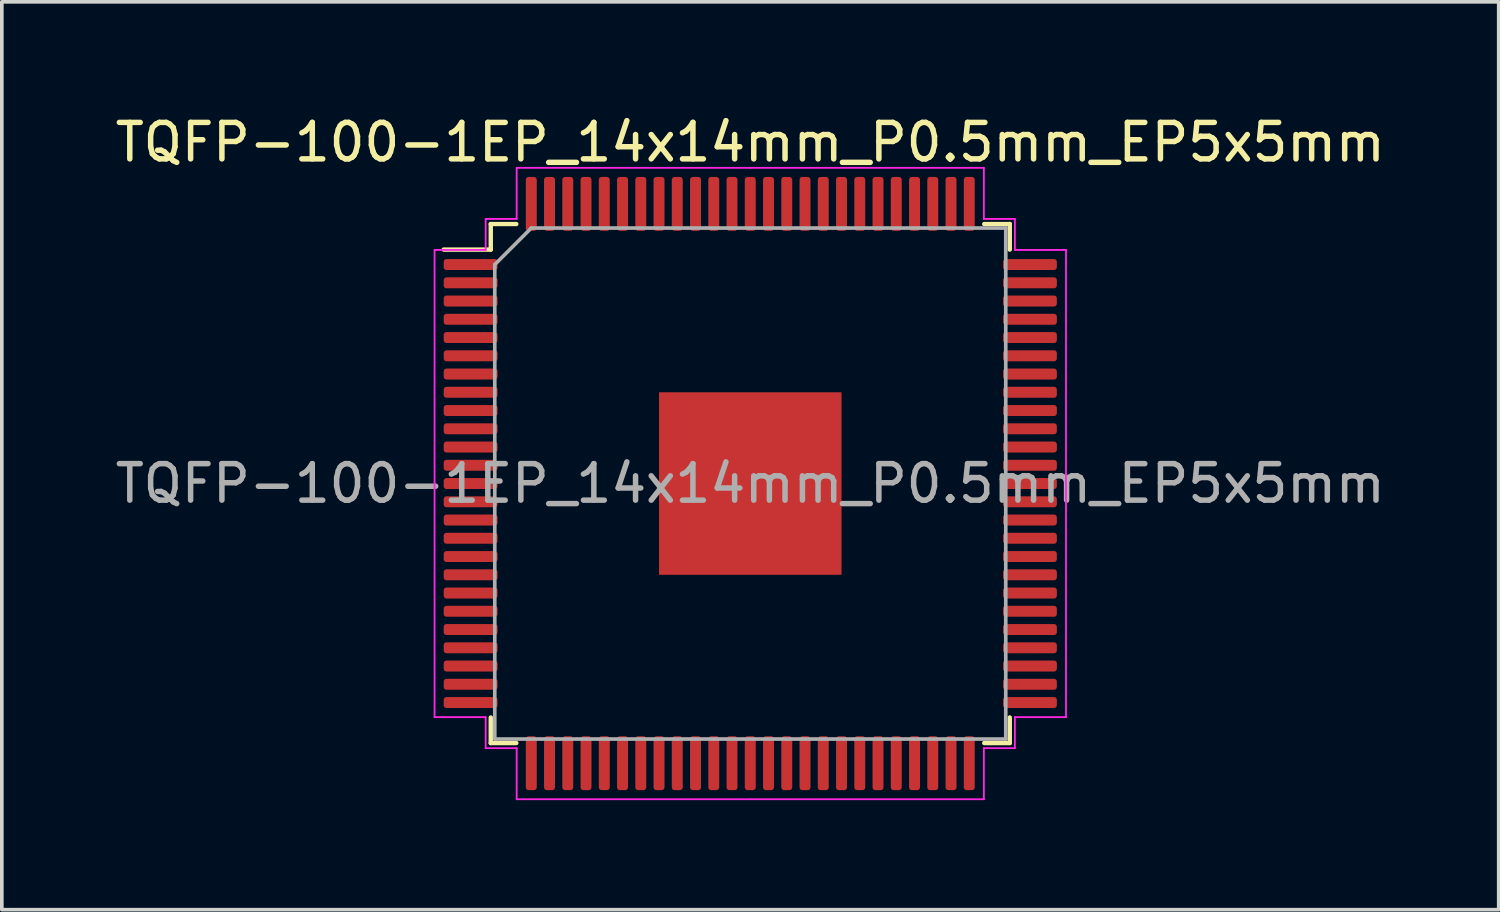
<source format=kicad_pcb>
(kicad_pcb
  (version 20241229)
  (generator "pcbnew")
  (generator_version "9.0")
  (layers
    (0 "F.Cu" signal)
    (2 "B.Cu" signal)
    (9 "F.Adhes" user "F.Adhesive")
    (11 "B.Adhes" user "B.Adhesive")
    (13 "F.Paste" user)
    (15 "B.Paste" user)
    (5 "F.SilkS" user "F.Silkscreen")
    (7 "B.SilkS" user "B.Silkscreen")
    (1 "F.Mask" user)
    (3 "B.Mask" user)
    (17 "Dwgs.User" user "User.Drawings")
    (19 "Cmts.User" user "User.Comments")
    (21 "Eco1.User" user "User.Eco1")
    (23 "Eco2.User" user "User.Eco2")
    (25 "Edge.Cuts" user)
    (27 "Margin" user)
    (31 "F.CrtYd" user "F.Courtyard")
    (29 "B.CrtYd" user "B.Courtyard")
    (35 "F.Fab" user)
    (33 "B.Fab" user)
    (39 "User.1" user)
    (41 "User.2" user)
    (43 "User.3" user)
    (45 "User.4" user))
  (footprint "TQFP-100-1EP_14x14mm_P0.5mm_EP5x5mm"
    (layer "F.Cu")
    (at 17.506 10.198)
    (property "Reference" "TQFP-100-1EP_14x14mm_P0.5mm_EP5x5mm" (at 0 -9.35 0) (layer "F.SilkS") (effects (font (size 1 1) (thickness 0.15))))
    (attr smd)
    (fp_line (start -7.11 -7.11) (end -7.11 -6.41) (stroke (width 0.12) (type solid)) (layer "F.SilkS"))
    (fp_line (start -7.11 -6.41) (end -8.4 -6.41) (stroke (width 0.12) (type solid)) (layer "F.SilkS"))
    (fp_line (start -7.11 7.11) (end -7.11 6.41) (stroke (width 0.12) (type solid)) (layer "F.SilkS"))
    (fp_line (start -6.41 -7.11) (end -7.11 -7.11) (stroke (width 0.12) (type solid)) (layer "F.SilkS"))
    (fp_line (start -6.41 7.11) (end -7.11 7.11) (stroke (width 0.12) (type solid)) (layer "F.SilkS"))
    (fp_line (start 6.41 -7.11) (end 7.11 -7.11) (stroke (width 0.12) (type solid)) (layer "F.SilkS"))
    (fp_line (start 6.41 7.11) (end 7.11 7.11) (stroke (width 0.12) (type solid)) (layer "F.SilkS"))
    (fp_line (start 7.11 -7.11) (end 7.11 -6.41) (stroke (width 0.12) (type solid)) (layer "F.SilkS"))
    (fp_line (start 7.11 7.11) (end 7.11 6.41) (stroke (width 0.12) (type solid)) (layer "F.SilkS"))
    (fp_line (start -8.65 -6.4) (end -8.65 0) (stroke (width 0.05) (type solid)) (layer "F.CrtYd"))
    (fp_line (start -8.65 6.4) (end -8.65 0) (stroke (width 0.05) (type solid)) (layer "F.CrtYd"))
    (fp_line (start -7.25 -7.25) (end -7.25 -6.4) (stroke (width 0.05) (type solid)) (layer "F.CrtYd"))
    (fp_line (start -7.25 -6.4) (end -8.65 -6.4) (stroke (width 0.05) (type solid)) (layer "F.CrtYd"))
    (fp_line (start -7.25 6.4) (end -8.65 6.4) (stroke (width 0.05) (type solid)) (layer "F.CrtYd"))
    (fp_line (start -7.25 7.25) (end -7.25 6.4) (stroke (width 0.05) (type solid)) (layer "F.CrtYd"))
    (fp_line (start -6.4 -8.65) (end -6.4 -7.25) (stroke (width 0.05) (type solid)) (layer "F.CrtYd"))
    (fp_line (start -6.4 -7.25) (end -7.25 -7.25) (stroke (width 0.05) (type solid)) (layer "F.CrtYd"))
    (fp_line (start -6.4 7.25) (end -7.25 7.25) (stroke (width 0.05) (type solid)) (layer "F.CrtYd"))
    (fp_line (start -6.4 8.65) (end -6.4 7.25) (stroke (width 0.05) (type solid)) (layer "F.CrtYd"))
    (fp_line (start 0 -8.65) (end -6.4 -8.65) (stroke (width 0.05) (type solid)) (layer "F.CrtYd"))
    (fp_line (start 0 -8.65) (end 6.4 -8.65) (stroke (width 0.05) (type solid)) (layer "F.CrtYd"))
    (fp_line (start 0 8.65) (end -6.4 8.65) (stroke (width 0.05) (type solid)) (layer "F.CrtYd"))
    (fp_line (start 0 8.65) (end 6.4 8.65) (stroke (width 0.05) (type solid)) (layer "F.CrtYd"))
    (fp_line (start 6.4 -8.65) (end 6.4 -7.25) (stroke (width 0.05) (type solid)) (layer "F.CrtYd"))
    (fp_line (start 6.4 -7.25) (end 7.25 -7.25) (stroke (width 0.05) (type solid)) (layer "F.CrtYd"))
    (fp_line (start 6.4 7.25) (end 7.25 7.25) (stroke (width 0.05) (type solid)) (layer "F.CrtYd"))
    (fp_line (start 6.4 8.65) (end 6.4 7.25) (stroke (width 0.05) (type solid)) (layer "F.CrtYd"))
    (fp_line (start 7.25 -7.25) (end 7.25 -6.4) (stroke (width 0.05) (type solid)) (layer "F.CrtYd"))
    (fp_line (start 7.25 -6.4) (end 8.65 -6.4) (stroke (width 0.05) (type solid)) (layer "F.CrtYd"))
    (fp_line (start 7.25 6.4) (end 8.65 6.4) (stroke (width 0.05) (type solid)) (layer "F.CrtYd"))
    (fp_line (start 7.25 7.25) (end 7.25 6.4) (stroke (width 0.05) (type solid)) (layer "F.CrtYd"))
    (fp_line (start 8.65 -6.4) (end 8.65 0) (stroke (width 0.05) (type solid)) (layer "F.CrtYd"))
    (fp_line (start 8.65 6.4) (end 8.65 0) (stroke (width 0.05) (type solid)) (layer "F.CrtYd"))
    (fp_line (start -7 -6) (end -6 -7) (stroke (width 0.1) (type solid)) (layer "F.Fab"))
    (fp_line (start -7 7) (end -7 -6) (stroke (width 0.1) (type solid)) (layer "F.Fab"))
    (fp_line (start -6 -7) (end 7 -7) (stroke (width 0.1) (type solid)) (layer "F.Fab"))
    (fp_line (start 7 -7) (end 7 7) (stroke (width 0.1) (type solid)) (layer "F.Fab"))
    (fp_line (start 7 7) (end -7 7) (stroke (width 0.1) (type solid)) (layer "F.Fab"))
    (fp_text user "${REFERENCE}" (at 0 0 0) (layer "F.Fab") (effects (font (size 1 1) (thickness 0.15))))
    (pad "" smd roundrect (at -1.875 -1.875) (size 1.01 1.01) (layers "F.Paste") (roundrect_rratio 0.248))
    (pad "" smd roundrect (at -1.875 -0.625) (size 1.01 1.01) (layers "F.Paste") (roundrect_rratio 0.248))
    (pad "" smd roundrect (at -1.875 0.625) (size 1.01 1.01) (layers "F.Paste") (roundrect_rratio 0.248))
    (pad "" smd roundrect (at -1.875 1.875) (size 1.01 1.01) (layers "F.Paste") (roundrect_rratio 0.248))
    (pad "" smd roundrect (at -0.625 -1.875) (size 1.01 1.01) (layers "F.Paste") (roundrect_rratio 0.248))
    (pad "" smd roundrect (at -0.625 -0.625) (size 1.01 1.01) (layers "F.Paste") (roundrect_rratio 0.248))
    (pad "" smd roundrect (at -0.625 0.625) (size 1.01 1.01) (layers "F.Paste") (roundrect_rratio 0.248))
    (pad "" smd roundrect (at -0.625 1.875) (size 1.01 1.01) (layers "F.Paste") (roundrect_rratio 0.248))
    (pad "" smd roundrect (at 0.625 -1.875) (size 1.01 1.01) (layers "F.Paste") (roundrect_rratio 0.248))
    (pad "" smd roundrect (at 0.625 -0.625) (size 1.01 1.01) (layers "F.Paste") (roundrect_rratio 0.248))
    (pad "" smd roundrect (at 0.625 0.625) (size 1.01 1.01) (layers "F.Paste") (roundrect_rratio 0.248))
    (pad "" smd roundrect (at 0.625 1.875) (size 1.01 1.01) (layers "F.Paste") (roundrect_rratio 0.248))
    (pad "" smd roundrect (at 1.875 -1.875) (size 1.01 1.01) (layers "F.Paste") (roundrect_rratio 0.248))
    (pad "" smd roundrect (at 1.875 -0.625) (size 1.01 1.01) (layers "F.Paste") (roundrect_rratio 0.248))
    (pad "" smd roundrect (at 1.875 0.625) (size 1.01 1.01) (layers "F.Paste") (roundrect_rratio 0.248))
    (pad "" smd roundrect (at 1.875 1.875) (size 1.01 1.01) (layers "F.Paste") (roundrect_rratio 0.248))
    (pad "1" smd roundrect (at -7.662 -6) (size 1.475 0.3) (layers "F.Cu" "F.Mask" "F.Paste") (roundrect_rratio 0.25))
    (pad "2" smd roundrect (at -7.662 -5.5) (size 1.475 0.3) (layers "F.Cu" "F.Mask" "F.Paste") (roundrect_rratio 0.25))
    (pad "3" smd roundrect (at -7.662 -5) (size 1.475 0.3) (layers "F.Cu" "F.Mask" "F.Paste") (roundrect_rratio 0.25))
    (pad "4" smd roundrect (at -7.662 -4.5) (size 1.475 0.3) (layers "F.Cu" "F.Mask" "F.Paste") (roundrect_rratio 0.25))
    (pad "5" smd roundrect (at -7.662 -4) (size 1.475 0.3) (layers "F.Cu" "F.Mask" "F.Paste") (roundrect_rratio 0.25))
    (pad "6" smd roundrect (at -7.662 -3.5) (size 1.475 0.3) (layers "F.Cu" "F.Mask" "F.Paste") (roundrect_rratio 0.25))
    (pad "7" smd roundrect (at -7.662 -3) (size 1.475 0.3) (layers "F.Cu" "F.Mask" "F.Paste") (roundrect_rratio 0.25))
    (pad "8" smd roundrect (at -7.662 -2.5) (size 1.475 0.3) (layers "F.Cu" "F.Mask" "F.Paste") (roundrect_rratio 0.25))
    (pad "9" smd roundrect (at -7.662 -2) (size 1.475 0.3) (layers "F.Cu" "F.Mask" "F.Paste") (roundrect_rratio 0.25))
    (pad "10" smd roundrect (at -7.662 -1.5) (size 1.475 0.3) (layers "F.Cu" "F.Mask" "F.Paste") (roundrect_rratio 0.25))
    (pad "11" smd roundrect (at -7.662 -1) (size 1.475 0.3) (layers "F.Cu" "F.Mask" "F.Paste") (roundrect_rratio 0.25))
    (pad "12" smd roundrect (at -7.662 -0.5) (size 1.475 0.3) (layers "F.Cu" "F.Mask" "F.Paste") (roundrect_rratio 0.25))
    (pad "13" smd roundrect (at -7.662 0) (size 1.475 0.3) (layers "F.Cu" "F.Mask" "F.Paste") (roundrect_rratio 0.25))
    (pad "14" smd roundrect (at -7.662 0.5) (size 1.475 0.3) (layers "F.Cu" "F.Mask" "F.Paste") (roundrect_rratio 0.25))
    (pad "15" smd roundrect (at -7.662 1) (size 1.475 0.3) (layers "F.Cu" "F.Mask" "F.Paste") (roundrect_rratio 0.25))
    (pad "16" smd roundrect (at -7.662 1.5) (size 1.475 0.3) (layers "F.Cu" "F.Mask" "F.Paste") (roundrect_rratio 0.25))
    (pad "17" smd roundrect (at -7.662 2) (size 1.475 0.3) (layers "F.Cu" "F.Mask" "F.Paste") (roundrect_rratio 0.25))
    (pad "18" smd roundrect (at -7.662 2.5) (size 1.475 0.3) (layers "F.Cu" "F.Mask" "F.Paste") (roundrect_rratio 0.25))
    (pad "19" smd roundrect (at -7.662 3) (size 1.475 0.3) (layers "F.Cu" "F.Mask" "F.Paste") (roundrect_rratio 0.25))
    (pad "20" smd roundrect (at -7.662 3.5) (size 1.475 0.3) (layers "F.Cu" "F.Mask" "F.Paste") (roundrect_rratio 0.25))
    (pad "21" smd roundrect (at -7.662 4) (size 1.475 0.3) (layers "F.Cu" "F.Mask" "F.Paste") (roundrect_rratio 0.25))
    (pad "22" smd roundrect (at -7.662 4.5) (size 1.475 0.3) (layers "F.Cu" "F.Mask" "F.Paste") (roundrect_rratio 0.25))
    (pad "23" smd roundrect (at -7.662 5) (size 1.475 0.3) (layers "F.Cu" "F.Mask" "F.Paste") (roundrect_rratio 0.25))
    (pad "24" smd roundrect (at -7.662 5.5) (size 1.475 0.3) (layers "F.Cu" "F.Mask" "F.Paste") (roundrect_rratio 0.25))
    (pad "25" smd roundrect (at -7.662 6) (size 1.475 0.3) (layers "F.Cu" "F.Mask" "F.Paste") (roundrect_rratio 0.25))
    (pad "26" smd roundrect (at -6 7.662) (size 0.3 1.475) (layers "F.Cu" "F.Mask" "F.Paste") (roundrect_rratio 0.25))
    (pad "27" smd roundrect (at -5.5 7.662) (size 0.3 1.475) (layers "F.Cu" "F.Mask" "F.Paste") (roundrect_rratio 0.25))
    (pad "28" smd roundrect (at -5 7.662) (size 0.3 1.475) (layers "F.Cu" "F.Mask" "F.Paste") (roundrect_rratio 0.25))
    (pad "29" smd roundrect (at -4.5 7.662) (size 0.3 1.475) (layers "F.Cu" "F.Mask" "F.Paste") (roundrect_rratio 0.25))
    (pad "30" smd roundrect (at -4 7.662) (size 0.3 1.475) (layers "F.Cu" "F.Mask" "F.Paste") (roundrect_rratio 0.25))
    (pad "31" smd roundrect (at -3.5 7.662) (size 0.3 1.475) (layers "F.Cu" "F.Mask" "F.Paste") (roundrect_rratio 0.25))
    (pad "32" smd roundrect (at -3 7.662) (size 0.3 1.475) (layers "F.Cu" "F.Mask" "F.Paste") (roundrect_rratio 0.25))
    (pad "33" smd roundrect (at -2.5 7.662) (size 0.3 1.475) (layers "F.Cu" "F.Mask" "F.Paste") (roundrect_rratio 0.25))
    (pad "34" smd roundrect (at -2 7.662) (size 0.3 1.475) (layers "F.Cu" "F.Mask" "F.Paste") (roundrect_rratio 0.25))
    (pad "35" smd roundrect (at -1.5 7.662) (size 0.3 1.475) (layers "F.Cu" "F.Mask" "F.Paste") (roundrect_rratio 0.25))
    (pad "36" smd roundrect (at -1 7.662) (size 0.3 1.475) (layers "F.Cu" "F.Mask" "F.Paste") (roundrect_rratio 0.25))
    (pad "37" smd roundrect (at -0.5 7.662) (size 0.3 1.475) (layers "F.Cu" "F.Mask" "F.Paste") (roundrect_rratio 0.25))
    (pad "38" smd roundrect (at 0 7.662) (size 0.3 1.475) (layers "F.Cu" "F.Mask" "F.Paste") (roundrect_rratio 0.25))
    (pad "39" smd roundrect (at 0.5 7.662) (size 0.3 1.475) (layers "F.Cu" "F.Mask" "F.Paste") (roundrect_rratio 0.25))
    (pad "40" smd roundrect (at 1 7.662) (size 0.3 1.475) (layers "F.Cu" "F.Mask" "F.Paste") (roundrect_rratio 0.25))
    (pad "41" smd roundrect (at 1.5 7.662) (size 0.3 1.475) (layers "F.Cu" "F.Mask" "F.Paste") (roundrect_rratio 0.25))
    (pad "42" smd roundrect (at 2 7.662) (size 0.3 1.475) (layers "F.Cu" "F.Mask" "F.Paste") (roundrect_rratio 0.25))
    (pad "43" smd roundrect (at 2.5 7.662) (size 0.3 1.475) (layers "F.Cu" "F.Mask" "F.Paste") (roundrect_rratio 0.25))
    (pad "44" smd roundrect (at 3 7.662) (size 0.3 1.475) (layers "F.Cu" "F.Mask" "F.Paste") (roundrect_rratio 0.25))
    (pad "45" smd roundrect (at 3.5 7.662) (size 0.3 1.475) (layers "F.Cu" "F.Mask" "F.Paste") (roundrect_rratio 0.25))
    (pad "46" smd roundrect (at 4 7.662) (size 0.3 1.475) (layers "F.Cu" "F.Mask" "F.Paste") (roundrect_rratio 0.25))
    (pad "47" smd roundrect (at 4.5 7.662) (size 0.3 1.475) (layers "F.Cu" "F.Mask" "F.Paste") (roundrect_rratio 0.25))
    (pad "48" smd roundrect (at 5 7.662) (size 0.3 1.475) (layers "F.Cu" "F.Mask" "F.Paste") (roundrect_rratio 0.25))
    (pad "49" smd roundrect (at 5.5 7.662) (size 0.3 1.475) (layers "F.Cu" "F.Mask" "F.Paste") (roundrect_rratio 0.25))
    (pad "50" smd roundrect (at 6 7.662) (size 0.3 1.475) (layers "F.Cu" "F.Mask" "F.Paste") (roundrect_rratio 0.25))
    (pad "51" smd roundrect (at 7.662 6) (size 1.475 0.3) (layers "F.Cu" "F.Mask" "F.Paste") (roundrect_rratio 0.25))
    (pad "52" smd roundrect (at 7.662 5.5) (size 1.475 0.3) (layers "F.Cu" "F.Mask" "F.Paste") (roundrect_rratio 0.25))
    (pad "53" smd roundrect (at 7.662 5) (size 1.475 0.3) (layers "F.Cu" "F.Mask" "F.Paste") (roundrect_rratio 0.25))
    (pad "54" smd roundrect (at 7.662 4.5) (size 1.475 0.3) (layers "F.Cu" "F.Mask" "F.Paste") (roundrect_rratio 0.25))
    (pad "55" smd roundrect (at 7.662 4) (size 1.475 0.3) (layers "F.Cu" "F.Mask" "F.Paste") (roundrect_rratio 0.25))
    (pad "56" smd roundrect (at 7.662 3.5) (size 1.475 0.3) (layers "F.Cu" "F.Mask" "F.Paste") (roundrect_rratio 0.25))
    (pad "57" smd roundrect (at 7.662 3) (size 1.475 0.3) (layers "F.Cu" "F.Mask" "F.Paste") (roundrect_rratio 0.25))
    (pad "58" smd roundrect (at 7.662 2.5) (size 1.475 0.3) (layers "F.Cu" "F.Mask" "F.Paste") (roundrect_rratio 0.25))
    (pad "59" smd roundrect (at 7.662 2) (size 1.475 0.3) (layers "F.Cu" "F.Mask" "F.Paste") (roundrect_rratio 0.25))
    (pad "60" smd roundrect (at 7.662 1.5) (size 1.475 0.3) (layers "F.Cu" "F.Mask" "F.Paste") (roundrect_rratio 0.25))
    (pad "61" smd roundrect (at 7.662 1) (size 1.475 0.3) (layers "F.Cu" "F.Mask" "F.Paste") (roundrect_rratio 0.25))
    (pad "62" smd roundrect (at 7.662 0.5) (size 1.475 0.3) (layers "F.Cu" "F.Mask" "F.Paste") (roundrect_rratio 0.25))
    (pad "63" smd roundrect (at 7.662 0) (size 1.475 0.3) (layers "F.Cu" "F.Mask" "F.Paste") (roundrect_rratio 0.25))
    (pad "64" smd roundrect (at 7.662 -0.5) (size 1.475 0.3) (layers "F.Cu" "F.Mask" "F.Paste") (roundrect_rratio 0.25))
    (pad "65" smd roundrect (at 7.662 -1) (size 1.475 0.3) (layers "F.Cu" "F.Mask" "F.Paste") (roundrect_rratio 0.25))
    (pad "66" smd roundrect (at 7.662 -1.5) (size 1.475 0.3) (layers "F.Cu" "F.Mask" "F.Paste") (roundrect_rratio 0.25))
    (pad "67" smd roundrect (at 7.662 -2) (size 1.475 0.3) (layers "F.Cu" "F.Mask" "F.Paste") (roundrect_rratio 0.25))
    (pad "68" smd roundrect (at 7.662 -2.5) (size 1.475 0.3) (layers "F.Cu" "F.Mask" "F.Paste") (roundrect_rratio 0.25))
    (pad "69" smd roundrect (at 7.662 -3) (size 1.475 0.3) (layers "F.Cu" "F.Mask" "F.Paste") (roundrect_rratio 0.25))
    (pad "70" smd roundrect (at 7.662 -3.5) (size 1.475 0.3) (layers "F.Cu" "F.Mask" "F.Paste") (roundrect_rratio 0.25))
    (pad "71" smd roundrect (at 7.662 -4) (size 1.475 0.3) (layers "F.Cu" "F.Mask" "F.Paste") (roundrect_rratio 0.25))
    (pad "72" smd roundrect (at 7.662 -4.5) (size 1.475 0.3) (layers "F.Cu" "F.Mask" "F.Paste") (roundrect_rratio 0.25))
    (pad "73" smd roundrect (at 7.662 -5) (size 1.475 0.3) (layers "F.Cu" "F.Mask" "F.Paste") (roundrect_rratio 0.25))
    (pad "74" smd roundrect (at 7.662 -5.5) (size 1.475 0.3) (layers "F.Cu" "F.Mask" "F.Paste") (roundrect_rratio 0.25))
    (pad "75" smd roundrect (at 7.662 -6) (size 1.475 0.3) (layers "F.Cu" "F.Mask" "F.Paste") (roundrect_rratio 0.25))
    (pad "76" smd roundrect (at 6 -7.662) (size 0.3 1.475) (layers "F.Cu" "F.Mask" "F.Paste") (roundrect_rratio 0.25))
    (pad "77" smd roundrect (at 5.5 -7.662) (size 0.3 1.475) (layers "F.Cu" "F.Mask" "F.Paste") (roundrect_rratio 0.25))
    (pad "78" smd roundrect (at 5 -7.662) (size 0.3 1.475) (layers "F.Cu" "F.Mask" "F.Paste") (roundrect_rratio 0.25))
    (pad "79" smd roundrect (at 4.5 -7.662) (size 0.3 1.475) (layers "F.Cu" "F.Mask" "F.Paste") (roundrect_rratio 0.25))
    (pad "80" smd roundrect (at 4 -7.662) (size 0.3 1.475) (layers "F.Cu" "F.Mask" "F.Paste") (roundrect_rratio 0.25))
    (pad "81" smd roundrect (at 3.5 -7.662) (size 0.3 1.475) (layers "F.Cu" "F.Mask" "F.Paste") (roundrect_rratio 0.25))
    (pad "82" smd roundrect (at 3 -7.662) (size 0.3 1.475) (layers "F.Cu" "F.Mask" "F.Paste") (roundrect_rratio 0.25))
    (pad "83" smd roundrect (at 2.5 -7.662) (size 0.3 1.475) (layers "F.Cu" "F.Mask" "F.Paste") (roundrect_rratio 0.25))
    (pad "84" smd roundrect (at 2 -7.662) (size 0.3 1.475) (layers "F.Cu" "F.Mask" "F.Paste") (roundrect_rratio 0.25))
    (pad "85" smd roundrect (at 1.5 -7.662) (size 0.3 1.475) (layers "F.Cu" "F.Mask" "F.Paste") (roundrect_rratio 0.25))
    (pad "86" smd roundrect (at 1 -7.662) (size 0.3 1.475) (layers "F.Cu" "F.Mask" "F.Paste") (roundrect_rratio 0.25))
    (pad "87" smd roundrect (at 0.5 -7.662) (size 0.3 1.475) (layers "F.Cu" "F.Mask" "F.Paste") (roundrect_rratio 0.25))
    (pad "88" smd roundrect (at 0 -7.662) (size 0.3 1.475) (layers "F.Cu" "F.Mask" "F.Paste") (roundrect_rratio 0.25))
    (pad "89" smd roundrect (at -0.5 -7.662) (size 0.3 1.475) (layers "F.Cu" "F.Mask" "F.Paste") (roundrect_rratio 0.25))
    (pad "90" smd roundrect (at -1 -7.662) (size 0.3 1.475) (layers "F.Cu" "F.Mask" "F.Paste") (roundrect_rratio 0.25))
    (pad "91" smd roundrect (at -1.5 -7.662) (size 0.3 1.475) (layers "F.Cu" "F.Mask" "F.Paste") (roundrect_rratio 0.25))
    (pad "92" smd roundrect (at -2 -7.662) (size 0.3 1.475) (layers "F.Cu" "F.Mask" "F.Paste") (roundrect_rratio 0.25))
    (pad "93" smd roundrect (at -2.5 -7.662) (size 0.3 1.475) (layers "F.Cu" "F.Mask" "F.Paste") (roundrect_rratio 0.25))
    (pad "94" smd roundrect (at -3 -7.662) (size 0.3 1.475) (layers "F.Cu" "F.Mask" "F.Paste") (roundrect_rratio 0.25))
    (pad "95" smd roundrect (at -3.5 -7.662) (size 0.3 1.475) (layers "F.Cu" "F.Mask" "F.Paste") (roundrect_rratio 0.25))
    (pad "96" smd roundrect (at -4 -7.662) (size 0.3 1.475) (layers "F.Cu" "F.Mask" "F.Paste") (roundrect_rratio 0.25))
    (pad "97" smd roundrect (at -4.5 -7.662) (size 0.3 1.475) (layers "F.Cu" "F.Mask" "F.Paste") (roundrect_rratio 0.25))
    (pad "98" smd roundrect (at -5 -7.662) (size 0.3 1.475) (layers "F.Cu" "F.Mask" "F.Paste") (roundrect_rratio 0.25))
    (pad "99" smd roundrect (at -5.5 -7.662) (size 0.3 1.475) (layers "F.Cu" "F.Mask" "F.Paste") (roundrect_rratio 0.25))
    (pad "100" smd roundrect (at -6 -7.662) (size 0.3 1.475) (layers "F.Cu" "F.Mask" "F.Paste") (roundrect_rratio 0.25))
    (pad "101" smd rect (at 0 0) (size 5 5) (layers "F.Cu" "F.Mask")))
  (gr_rect
    (start -3 -3)
    (end 38.012 21.873)
    (stroke (width 0.1) (type default))
    (fill no)
    (layer "Edge.Cuts")))
</source>
